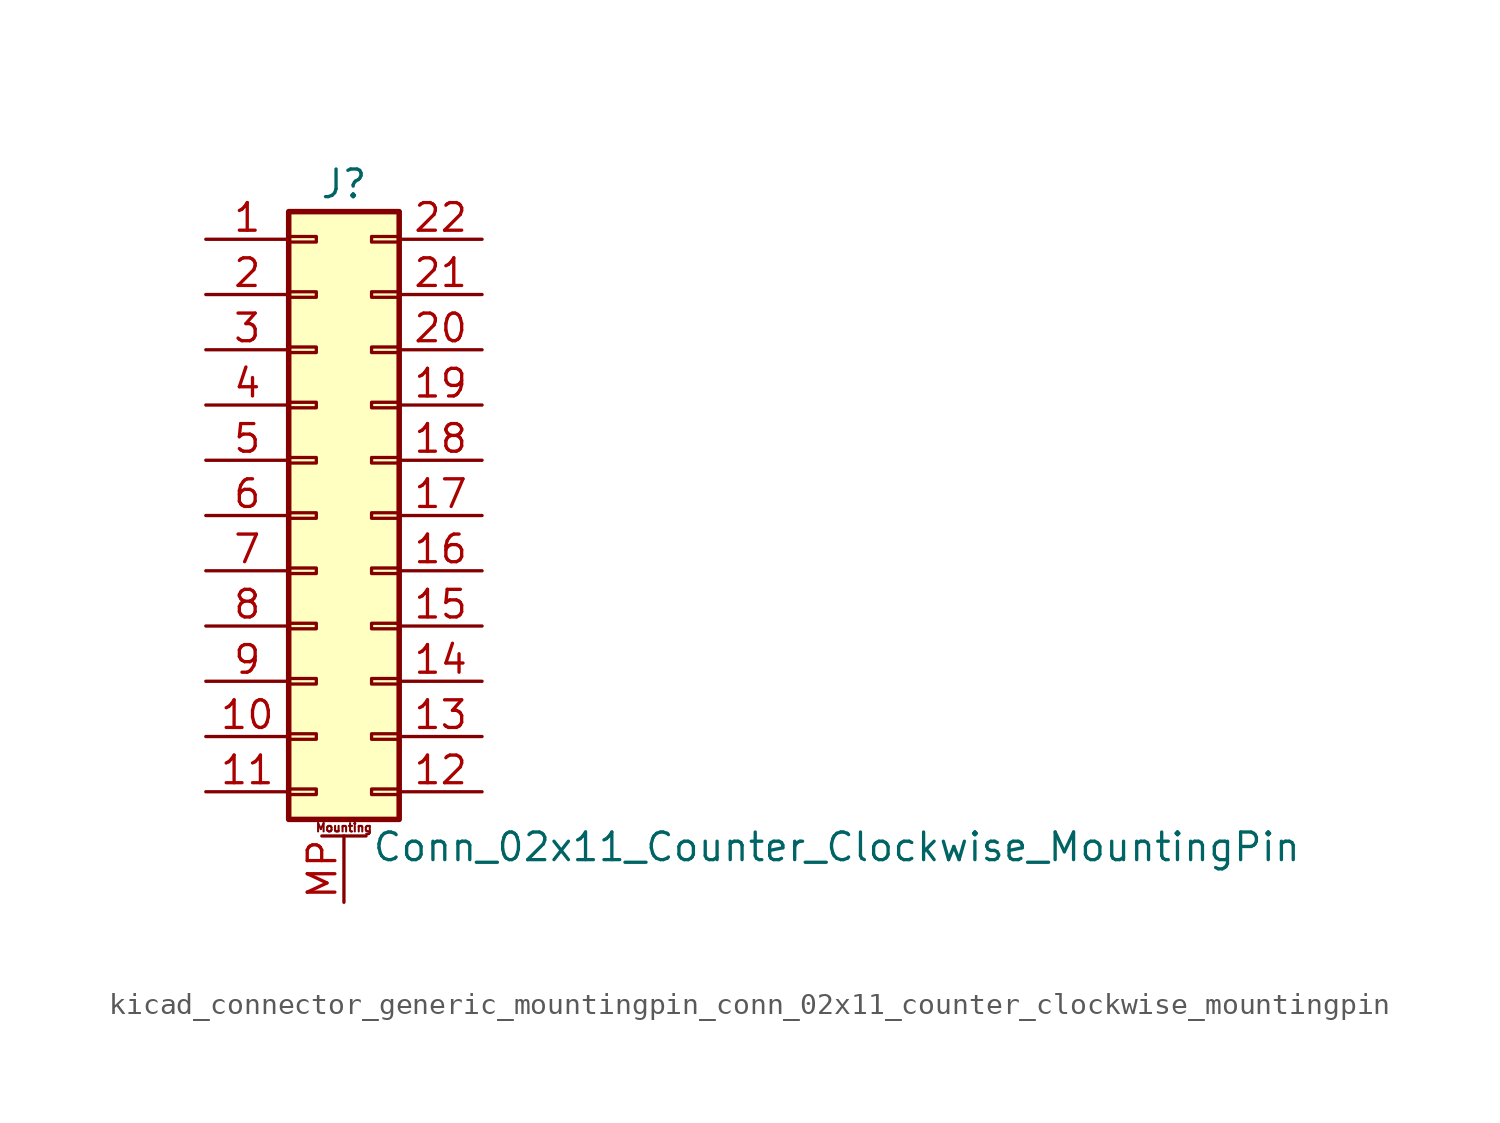
<source format=kicad_sym>
(kicad_symbol_lib
  (version 20220914)
  (generator kicad_symbol_editor)
  (symbol "kicad_connector_generic_mountingpin_conn_02x11_counter_clockwise_mountingpin"
    (pin_names
      (offset 1.016) hide)
    (property "Reference" "J"
      (at 1.27 15.24 0)
      (effects (font (size 1.27 1.27))))
    (property "Value" "Conn_02x11_Counter_Clockwise_MountingPin"
      (at 2.54 -15.24 0)
      (effects (font (size 1.27 1.27)) (justify left)))
    (symbol "kicad_connector_generic_mountingpin_conn_02x11_counter_clockwise_mountingpin_1_1"
      (rectangle (start -1.27 -12.573) (end 0 -12.827) (stroke (width 0.152) (type default)) (fill (type none)))
      (rectangle (start -1.27 -10.033) (end 0 -10.287) (stroke (width 0.152) (type default)) (fill (type none)))
      (rectangle (start -1.27 -7.493) (end 0 -7.747) (stroke (width 0.152) (type default)) (fill (type none)))
      (rectangle (start -1.27 -4.953) (end 0 -5.207) (stroke (width 0.152) (type default)) (fill (type none)))
      (rectangle (start -1.27 -2.413) (end 0 -2.667) (stroke (width 0.152) (type default)) (fill (type none)))
      (rectangle (start -1.27 0.127) (end 0 -0.127) (stroke (width 0.152) (type default)) (fill (type none)))
      (rectangle (start -1.27 2.667) (end 0 2.413) (stroke (width 0.152) (type default)) (fill (type none)))
      (rectangle (start -1.27 5.207) (end 0 4.953) (stroke (width 0.152) (type default)) (fill (type none)))
      (rectangle (start -1.27 7.747) (end 0 7.493) (stroke (width 0.152) (type default)) (fill (type none)))
      (rectangle (start -1.27 10.287) (end 0 10.033) (stroke (width 0.152) (type default)) (fill (type none)))
      (rectangle (start -1.27 12.827) (end 0 12.573) (stroke (width 0.152) (type default)) (fill (type none)))
      (rectangle (start -1.27 13.97) (end 3.81 -13.97) (stroke (width 0.254) (type default)) (fill (type background)))
      (polyline (pts (xy 0.254 -14.732) (xy 2.286 -14.732)) (stroke (width 0.152) (type default)) (fill (type none)))
      (rectangle (start 3.81 -12.573) (end 2.54 -12.827) (stroke (width 0.152) (type default)) (fill (type none)))
      (rectangle (start 3.81 -10.033) (end 2.54 -10.287) (stroke (width 0.152) (type default)) (fill (type none)))
      (rectangle (start 3.81 -7.493) (end 2.54 -7.747) (stroke (width 0.152) (type default)) (fill (type none)))
      (rectangle (start 3.81 -4.953) (end 2.54 -5.207) (stroke (width 0.152) (type default)) (fill (type none)))
      (rectangle (start 3.81 -2.413) (end 2.54 -2.667) (stroke (width 0.152) (type default)) (fill (type none)))
      (rectangle (start 3.81 0.127) (end 2.54 -0.127) (stroke (width 0.152) (type default)) (fill (type none)))
      (rectangle (start 3.81 2.667) (end 2.54 2.413) (stroke (width 0.152) (type default)) (fill (type none)))
      (rectangle (start 3.81 5.207) (end 2.54 4.953) (stroke (width 0.152) (type default)) (fill (type none)))
      (rectangle (start 3.81 7.747) (end 2.54 7.493) (stroke (width 0.152) (type default)) (fill (type none)))
      (rectangle (start 3.81 10.287) (end 2.54 10.033) (stroke (width 0.152) (type default)) (fill (type none)))
      (rectangle (start 3.81 12.827) (end 2.54 12.573) (stroke (width 0.152) (type default)) (fill (type none)))
      (text "Mounting" (at 1.27 -14.351 0) (effects (font (size 0.381 0.381))))
      (pin passive line (at -5.08 12.7 0) (length 3.81) (name "Pin_1" (effects (font (size 1.27 1.27)))) (number "1" (effects (font (size 1.27 1.27)))))
      (pin passive line (at -5.08 -10.16 0) (length 3.81) (name "Pin_10" (effects (font (size 1.27 1.27)))) (number "10" (effects (font (size 1.27 1.27)))))
      (pin passive line (at -5.08 -12.7 0) (length 3.81) (name "Pin_11" (effects (font (size 1.27 1.27)))) (number "11" (effects (font (size 1.27 1.27)))))
      (pin passive line (at 7.62 -12.7 180) (length 3.81) (name "Pin_12" (effects (font (size 1.27 1.27)))) (number "12" (effects (font (size 1.27 1.27)))))
      (pin passive line (at 7.62 -10.16 180) (length 3.81) (name "Pin_13" (effects (font (size 1.27 1.27)))) (number "13" (effects (font (size 1.27 1.27)))))
      (pin passive line (at 7.62 -7.62 180) (length 3.81) (name "Pin_14" (effects (font (size 1.27 1.27)))) (number "14" (effects (font (size 1.27 1.27)))))
      (pin passive line (at 7.62 -5.08 180) (length 3.81) (name "Pin_15" (effects (font (size 1.27 1.27)))) (number "15" (effects (font (size 1.27 1.27)))))
      (pin passive line (at 7.62 -2.54 180) (length 3.81) (name "Pin_16" (effects (font (size 1.27 1.27)))) (number "16" (effects (font (size 1.27 1.27)))))
      (pin passive line (at 7.62 0 180) (length 3.81) (name "Pin_17" (effects (font (size 1.27 1.27)))) (number "17" (effects (font (size 1.27 1.27)))))
      (pin passive line (at 7.62 2.54 180) (length 3.81) (name "Pin_18" (effects (font (size 1.27 1.27)))) (number "18" (effects (font (size 1.27 1.27)))))
      (pin passive line (at 7.62 5.08 180) (length 3.81) (name "Pin_19" (effects (font (size 1.27 1.27)))) (number "19" (effects (font (size 1.27 1.27)))))
      (pin passive line (at -5.08 10.16 0) (length 3.81) (name "Pin_2" (effects (font (size 1.27 1.27)))) (number "2" (effects (font (size 1.27 1.27)))))
      (pin passive line (at 7.62 7.62 180) (length 3.81) (name "Pin_20" (effects (font (size 1.27 1.27)))) (number "20" (effects (font (size 1.27 1.27)))))
      (pin passive line (at 7.62 10.16 180) (length 3.81) (name "Pin_21" (effects (font (size 1.27 1.27)))) (number "21" (effects (font (size 1.27 1.27)))))
      (pin passive line (at 7.62 12.7 180) (length 3.81) (name "Pin_22" (effects (font (size 1.27 1.27)))) (number "22" (effects (font (size 1.27 1.27)))))
      (pin passive line (at -5.08 7.62 0) (length 3.81) (name "Pin_3" (effects (font (size 1.27 1.27)))) (number "3" (effects (font (size 1.27 1.27)))))
      (pin passive line (at -5.08 5.08 0) (length 3.81) (name "Pin_4" (effects (font (size 1.27 1.27)))) (number "4" (effects (font (size 1.27 1.27)))))
      (pin passive line (at -5.08 2.54 0) (length 3.81) (name "Pin_5" (effects (font (size 1.27 1.27)))) (number "5" (effects (font (size 1.27 1.27)))))
      (pin passive line (at -5.08 0 0) (length 3.81) (name "Pin_6" (effects (font (size 1.27 1.27)))) (number "6" (effects (font (size 1.27 1.27)))))
      (pin passive line (at -5.08 -2.54 0) (length 3.81) (name "Pin_7" (effects (font (size 1.27 1.27)))) (number "7" (effects (font (size 1.27 1.27)))))
      (pin passive line (at -5.08 -5.08 0) (length 3.81) (name "Pin_8" (effects (font (size 1.27 1.27)))) (number "8" (effects (font (size 1.27 1.27)))))
      (pin passive line (at -5.08 -7.62 0) (length 3.81) (name "Pin_9" (effects (font (size 1.27 1.27)))) (number "9" (effects (font (size 1.27 1.27)))))
      (pin passive line (at 1.27 -17.78 90) (length 3.048) (name "MountPin" (effects (font (size 1.27 1.27)))) (number "MP" (effects (font (size 1.27 1.27))))))))
</source>
